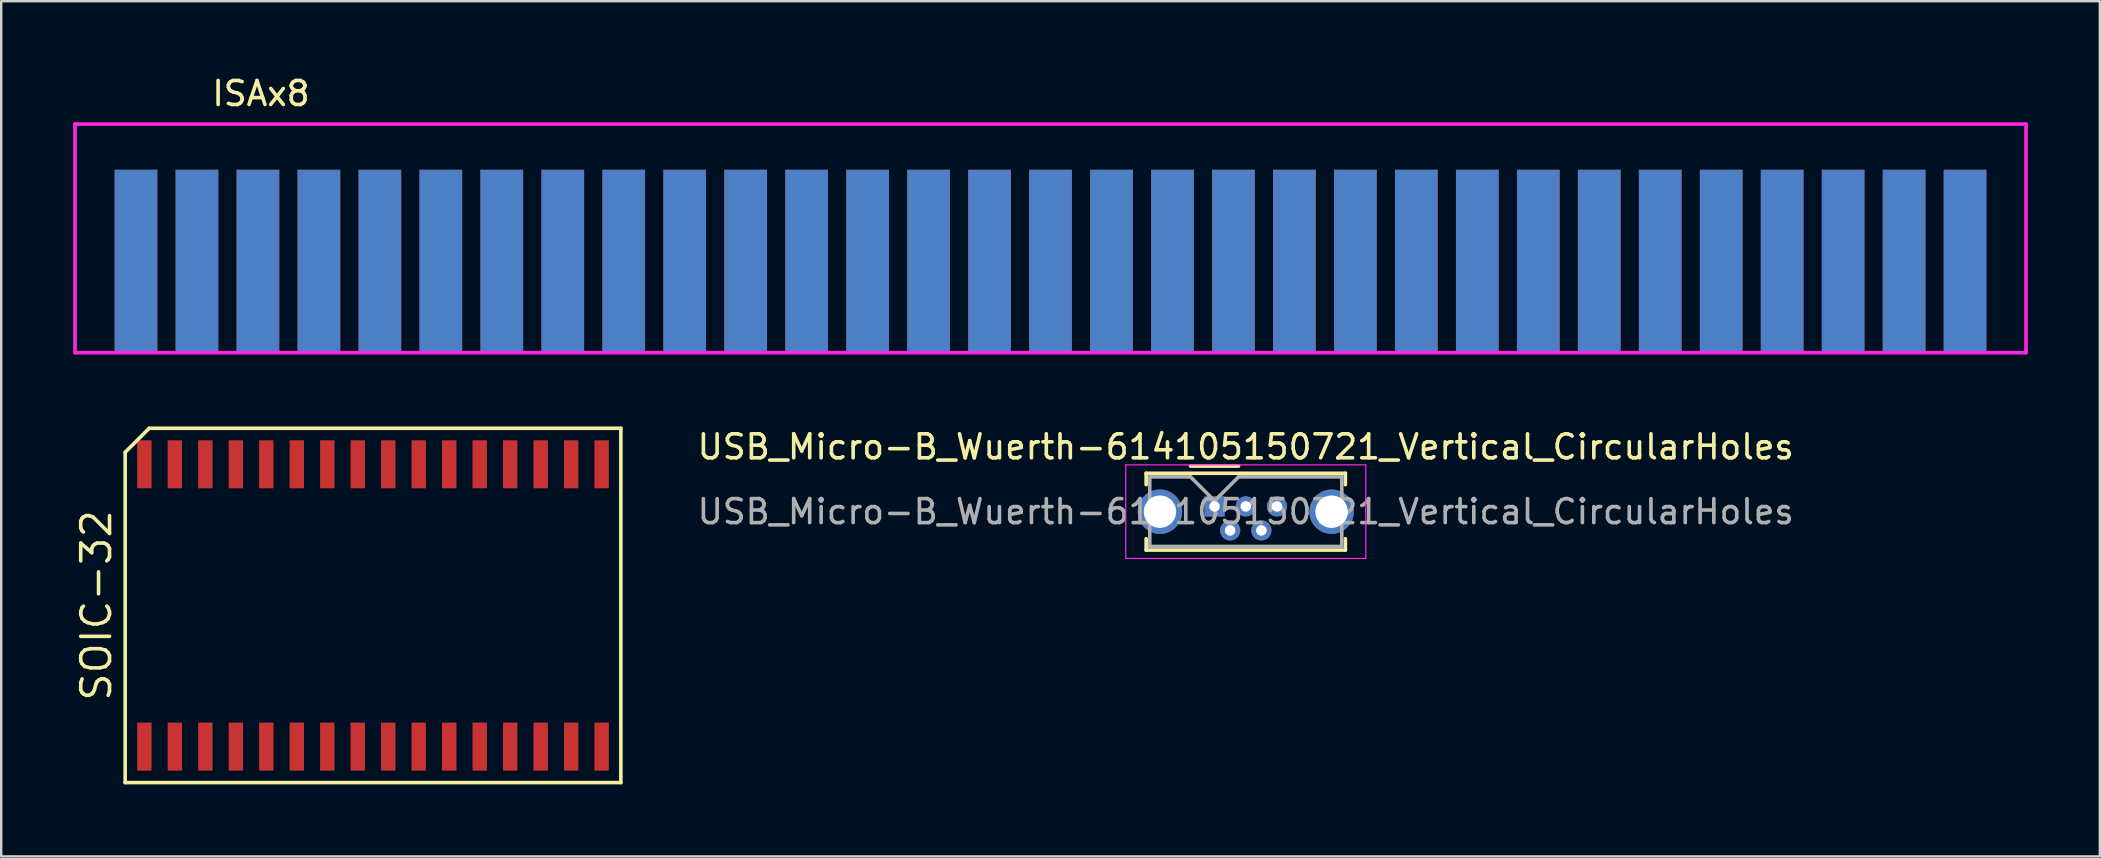
<source format=kicad_pcb>
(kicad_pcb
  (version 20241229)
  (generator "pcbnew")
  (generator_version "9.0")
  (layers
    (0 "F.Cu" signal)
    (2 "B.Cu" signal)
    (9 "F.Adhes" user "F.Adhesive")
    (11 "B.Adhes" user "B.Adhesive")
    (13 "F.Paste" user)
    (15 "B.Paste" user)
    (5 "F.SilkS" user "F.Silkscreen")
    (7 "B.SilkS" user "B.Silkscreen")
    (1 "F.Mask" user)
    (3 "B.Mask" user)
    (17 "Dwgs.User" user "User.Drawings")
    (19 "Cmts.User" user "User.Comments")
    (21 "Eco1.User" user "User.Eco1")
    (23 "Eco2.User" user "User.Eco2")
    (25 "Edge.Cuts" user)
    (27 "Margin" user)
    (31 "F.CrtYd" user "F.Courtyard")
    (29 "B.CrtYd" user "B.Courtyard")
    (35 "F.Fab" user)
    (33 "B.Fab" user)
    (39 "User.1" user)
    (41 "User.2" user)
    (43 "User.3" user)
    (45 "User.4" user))
  (footprint "USB_Micro-B_Wuerth-614105150721_Vertical_CircularHoles"
    (layer "F.Cu")
    (at 47.549 18.047)
    (property "Reference" "USB_Micro-B_Wuerth-614105150721_Vertical_CircularHoles" (at 1.3 -2.48 0) (layer "F.SilkS") (effects (font (size 1 1) (thickness 0.15))))
    (attr through_hole)
    (fp_line (start -2.85 -1.38) (end 5.45 -1.38) (stroke (width 0.15) (type solid)) (layer "F.SilkS"))
    (fp_line (start -2.85 -0.905) (end -2.85 -1.38) (stroke (width 0.15) (type solid)) (layer "F.SilkS"))
    (fp_line (start -2.85 1.345) (end -2.85 1.82) (stroke (width 0.15) (type solid)) (layer "F.SilkS"))
    (fp_line (start -2.85 1.82) (end 5.45 1.82) (stroke (width 0.15) (type solid)) (layer "F.SilkS"))
    (fp_line (start -1 -1.68) (end 1 -1.68) (stroke (width 0.15) (type solid)) (layer "F.SilkS"))
    (fp_line (start 5.45 -1.38) (end 5.45 -0.905) (stroke (width 0.15) (type solid)) (layer "F.SilkS"))
    (fp_line (start 5.45 1.82) (end 5.45 1.345) (stroke (width 0.15) (type solid)) (layer "F.SilkS"))
    (fp_line (start -3.7 -1.73) (end -3.7 2.17) (stroke (width 0.05) (type solid)) (layer "F.CrtYd"))
    (fp_line (start -3.7 2.17) (end 6.3 2.17) (stroke (width 0.05) (type solid)) (layer "F.CrtYd"))
    (fp_line (start 6.3 -1.73) (end -3.7 -1.73) (stroke (width 0.05) (type solid)) (layer "F.CrtYd"))
    (fp_line (start 6.3 2.17) (end 6.3 -1.73) (stroke (width 0.05) (type solid)) (layer "F.CrtYd"))
    (fp_line (start -2.7 -1.23) (end -1 -1.23) (stroke (width 0.15) (type solid)) (layer "F.Fab"))
    (fp_line (start -2.7 1.67) (end -2.7 -1.23) (stroke (width 0.15) (type solid)) (layer "F.Fab"))
    (fp_line (start -1 -1.23) (end 0 -0.23) (stroke (width 0.15) (type solid)) (layer "F.Fab"))
    (fp_line (start 0 -0.23) (end 1 -1.23) (stroke (width 0.15) (type solid)) (layer "F.Fab"))
    (fp_line (start 1 -1.23) (end 5.3 -1.23) (stroke (width 0.15) (type solid)) (layer "F.Fab"))
    (fp_line (start 5.3 -1.23) (end 5.3 1.67) (stroke (width 0.15) (type solid)) (layer "F.Fab"))
    (fp_line (start 5.3 1.67) (end -2.7 1.67) (stroke (width 0.15) (type solid)) (layer "F.Fab"))
    (fp_text user "${REFERENCE}" (at 1.3 0.22 0) (layer "F.Fab") (effects (font (size 1 1) (thickness 0.15))))
    (pad "1" thru_hole rect (at 0 0) (size 0.84 0.84) (drill 0.44) (layers "*.Cu" "*.Mask"))
    (pad "2" thru_hole circle (at 0.65 1) (size 0.84 0.84) (drill 0.44) (layers "*.Cu" "*.Mask"))
    (pad "3" thru_hole circle (at 1.3 0) (size 0.84 0.84) (drill 0.44) (layers "*.Cu" "*.Mask"))
    (pad "4" thru_hole circle (at 1.95 1) (size 0.84 0.84) (drill 0.44) (layers "*.Cu" "*.Mask"))
    (pad "5" thru_hole circle (at 2.6 0) (size 0.84 0.84) (drill 0.44) (layers "*.Cu" "*.Mask"))
    (pad "6" thru_hole circle (at -2.275 0.22) (size 1.85 1.85) (drill 1.35) (layers "*.Cu" "*.Mask"))
    (pad "6" thru_hole circle (at 4.875 0.22) (size 1.85 1.85) (drill 1.35) (layers "*.Cu" "*.Mask")))
  (footprint "SOIC-32"
    (layer "F.Cu")
    (at 12.49 22.173)
    (property "Reference" "SOIC-32" (at -11.525 0 90) (layer "F.SilkS") (effects (font (size 1.2 1.2) (thickness 0.15))))
    (attr through_hole)
    (fp_line (start -10.325 -6.38) (end -10.325 7.38) (stroke (width 0.15) (type solid)) (layer "F.SilkS"))
    (fp_line (start -10.325 7.38) (end 10.325 7.38) (stroke (width 0.15) (type solid)) (layer "F.SilkS"))
    (fp_line (start -9.325 -7.38) (end -10.325 -6.38) (stroke (width 0.15) (type solid)) (layer "F.SilkS"))
    (fp_line (start 10.325 -7.38) (end -9.325 -7.38) (stroke (width 0.15) (type solid)) (layer "F.SilkS"))
    (fp_line (start 10.325 7.38) (end 10.325 -7.38) (stroke (width 0.15) (type solid)) (layer "F.SilkS"))
    (pad "1" smd rect (at -9.525 5.88) (size 0.6 2) (layers "F.Cu" "F.Mask" "F.Paste"))
    (pad "2" smd rect (at -8.255 5.88) (size 0.6 2) (layers "F.Cu" "F.Mask" "F.Paste"))
    (pad "3" smd rect (at -6.985 5.88) (size 0.6 2) (layers "F.Cu" "F.Mask" "F.Paste"))
    (pad "4" smd rect (at -5.715 5.88) (size 0.6 2) (layers "F.Cu" "F.Mask" "F.Paste"))
    (pad "5" smd rect (at -4.445 5.88) (size 0.6 2) (layers "F.Cu" "F.Mask" "F.Paste"))
    (pad "6" smd rect (at -3.175 5.88) (size 0.6 2) (layers "F.Cu" "F.Mask" "F.Paste"))
    (pad "7" smd rect (at -1.905 5.88) (size 0.6 2) (layers "F.Cu" "F.Mask" "F.Paste"))
    (pad "8" smd rect (at -0.635 5.88) (size 0.6 2) (layers "F.Cu" "F.Mask" "F.Paste"))
    (pad "9" smd rect (at 0.635 5.88) (size 0.6 2) (layers "F.Cu" "F.Mask" "F.Paste"))
    (pad "10" smd rect (at 1.905 5.88) (size 0.6 2) (layers "F.Cu" "F.Mask" "F.Paste"))
    (pad "11" smd rect (at 3.175 5.88) (size 0.6 2) (layers "F.Cu" "F.Mask" "F.Paste"))
    (pad "12" smd rect (at 4.445 5.88) (size 0.6 2) (layers "F.Cu" "F.Mask" "F.Paste"))
    (pad "13" smd rect (at 5.715 5.88) (size 0.6 2) (layers "F.Cu" "F.Mask" "F.Paste"))
    (pad "14" smd rect (at 6.985 5.88) (size 0.6 2) (layers "F.Cu" "F.Mask" "F.Paste"))
    (pad "15" smd rect (at 8.255 5.88) (size 0.6 2) (layers "F.Cu" "F.Mask" "F.Paste"))
    (pad "16" smd rect (at 9.525 5.88) (size 0.6 2) (layers "F.Cu" "F.Mask" "F.Paste"))
    (pad "17" smd rect (at 9.525 -5.88) (size 0.6 2) (layers "F.Cu" "F.Mask" "F.Paste"))
    (pad "18" smd rect (at 8.255 -5.88) (size 0.6 2) (layers "F.Cu" "F.Mask" "F.Paste"))
    (pad "19" smd rect (at 6.985 -5.88) (size 0.6 2) (layers "F.Cu" "F.Mask" "F.Paste"))
    (pad "20" smd rect (at 5.715 -5.88) (size 0.6 2) (layers "F.Cu" "F.Mask" "F.Paste"))
    (pad "21" smd rect (at 4.445 -5.88) (size 0.6 2) (layers "F.Cu" "F.Mask" "F.Paste"))
    (pad "22" smd rect (at 3.175 -5.88) (size 0.6 2) (layers "F.Cu" "F.Mask" "F.Paste"))
    (pad "23" smd rect (at 1.905 -5.88) (size 0.6 2) (layers "F.Cu" "F.Mask" "F.Paste"))
    (pad "24" smd rect (at 0.635 -5.88) (size 0.6 2) (layers "F.Cu" "F.Mask" "F.Paste"))
    (pad "25" smd rect (at -0.635 -5.88) (size 0.6 2) (layers "F.Cu" "F.Mask" "F.Paste"))
    (pad "26" smd rect (at -1.905 -5.88) (size 0.6 2) (layers "F.Cu" "F.Mask" "F.Paste"))
    (pad "27" smd rect (at -3.175 -5.88) (size 0.6 2) (layers "F.Cu" "F.Mask" "F.Paste"))
    (pad "28" smd rect (at -4.445 -5.88) (size 0.6 2) (layers "F.Cu" "F.Mask" "F.Paste"))
    (pad "29" smd rect (at -5.715 -5.88) (size 0.6 2) (layers "F.Cu" "F.Mask" "F.Paste"))
    (pad "30" smd rect (at -6.985 -5.88) (size 0.6 2) (layers "F.Cu" "F.Mask" "F.Paste"))
    (pad "31" smd rect (at -8.255 -5.88) (size 0.6 2) (layers "F.Cu" "F.Mask" "F.Paste"))
    (pad "32" smd rect (at -9.525 -5.88) (size 0.6 2) (layers "F.Cu" "F.Mask" "F.Paste")))
  (footprint "ISAx8"
    (layer "F.Cu")
    (at 15.315 6.563)
    (property "Reference" "ISAx8" (at -7.493 -5.715 0) (layer "F.SilkS") (effects (font (size 1 1) (thickness 0.15))))
    (attr through_hole)
    (fp_line (start -15.24 -4.445) (end -15.24 5.08) (stroke (width 0.15) (type solid)) (layer "F.CrtYd"))
    (fp_line (start -15.24 5.08) (end 66.04 5.08) (stroke (width 0.15) (type solid)) (layer "F.CrtYd"))
    (fp_line (start 66.04 -4.445) (end -15.24 -4.445) (stroke (width 0.15) (type solid)) (layer "F.CrtYd"))
    (fp_line (start 66.04 5.08) (end 66.04 -4.445) (stroke (width 0.15) (type solid)) (layer "F.CrtYd"))
    (pad "A1" smd rect (at 63.5 1.27) (size 1.778 7.62) (layers "F.Cu" "F.Mask" "F.Paste"))
    (pad "A2" smd rect (at 60.96 1.27) (size 1.778 7.62) (layers "F.Cu" "F.Mask" "F.Paste"))
    (pad "A3" smd rect (at 58.42 1.27) (size 1.778 7.62) (layers "F.Cu" "F.Mask" "F.Paste"))
    (pad "A4" smd rect (at 55.88 1.27) (size 1.778 7.62) (layers "F.Cu" "F.Mask" "F.Paste"))
    (pad "A5" smd rect (at 53.34 1.27) (size 1.778 7.62) (layers "F.Cu" "F.Mask" "F.Paste"))
    (pad "A6" smd rect (at 50.8 1.27) (size 1.778 7.62) (layers "F.Cu" "F.Mask" "F.Paste"))
    (pad "A7" smd rect (at 48.26 1.27) (size 1.778 7.62) (layers "F.Cu" "F.Mask" "F.Paste"))
    (pad "A8" smd rect (at 45.72 1.27) (size 1.778 7.62) (layers "F.Cu" "F.Mask" "F.Paste"))
    (pad "A9" smd rect (at 43.18 1.27) (size 1.778 7.62) (layers "F.Cu" "F.Mask" "F.Paste"))
    (pad "A10" smd rect (at 40.64 1.27) (size 1.778 7.62) (layers "F.Cu" "F.Mask" "F.Paste"))
    (pad "A11" smd rect (at 38.1 1.27) (size 1.778 7.62) (layers "F.Cu" "F.Mask" "F.Paste"))
    (pad "A12" smd rect (at 35.56 1.27) (size 1.778 7.62) (layers "F.Cu" "F.Mask" "F.Paste"))
    (pad "A13" smd rect (at 33.02 1.27) (size 1.778 7.62) (layers "F.Cu" "F.Mask" "F.Paste"))
    (pad "A14" smd rect (at 30.48 1.27) (size 1.778 7.62) (layers "F.Cu" "F.Mask" "F.Paste"))
    (pad "A15" smd rect (at 27.94 1.27) (size 1.778 7.62) (layers "F.Cu" "F.Mask" "F.Paste"))
    (pad "A16" smd rect (at 25.4 1.27) (size 1.778 7.62) (layers "F.Cu" "F.Mask" "F.Paste"))
    (pad "A17" smd rect (at 22.86 1.27) (size 1.778 7.62) (layers "F.Cu" "F.Mask" "F.Paste"))
    (pad "A18" smd rect (at 20.32 1.27) (size 1.778 7.62) (layers "F.Cu" "F.Mask" "F.Paste"))
    (pad "A19" smd rect (at 17.78 1.27) (size 1.778 7.62) (layers "F.Cu" "F.Mask" "F.Paste"))
    (pad "A20" smd rect (at 15.24 1.27) (size 1.778 7.62) (layers "F.Cu" "F.Mask" "F.Paste"))
    (pad "A21" smd rect (at 12.7 1.27) (size 1.778 7.62) (layers "F.Cu" "F.Mask" "F.Paste"))
    (pad "A22" smd rect (at 10.16 1.27) (size 1.778 7.62) (layers "F.Cu" "F.Mask" "F.Paste"))
    (pad "A23" smd rect (at 7.62 1.27) (size 1.778 7.62) (layers "F.Cu" "F.Mask" "F.Paste"))
    (pad "A24" smd rect (at 5.08 1.27) (size 1.778 7.62) (layers "F.Cu" "F.Mask" "F.Paste"))
    (pad "A25" smd rect (at 2.54 1.27) (size 1.778 7.62) (layers "F.Cu" "F.Mask" "F.Paste"))
    (pad "A26" smd rect (at 0 1.27) (size 1.778 7.62) (layers "F.Cu" "F.Mask" "F.Paste"))
    (pad "A27" smd rect (at -2.54 1.27) (size 1.778 7.62) (layers "F.Cu" "F.Mask" "F.Paste"))
    (pad "A28" smd rect (at -5.08 1.27) (size 1.778 7.62) (layers "F.Cu" "F.Mask" "F.Paste"))
    (pad "A29" smd rect (at -7.62 1.27) (size 1.778 7.62) (layers "F.Cu" "F.Mask" "F.Paste"))
    (pad "A30" smd rect (at -10.16 1.27) (size 1.778 7.62) (layers "F.Cu" "F.Mask" "F.Paste"))
    (pad "A31" smd rect (at -12.7 1.27) (size 1.778 7.62) (layers "F.Cu" "F.Mask" "F.Paste"))
    (pad "B1" smd rect (at 63.5 1.27) (size 1.778 7.62) (layers "B.Cu" "B.Mask" "B.Paste"))
    (pad "B2" smd rect (at 60.96 1.27) (size 1.778 7.62) (layers "B.Cu" "B.Mask" "B.Paste"))
    (pad "B3" smd rect (at 58.42 1.27) (size 1.778 7.62) (layers "B.Cu" "B.Mask" "B.Paste"))
    (pad "B4" smd rect (at 55.88 1.27) (size 1.778 7.62) (layers "B.Cu" "B.Mask" "B.Paste"))
    (pad "B5" smd rect (at 53.34 1.27) (size 1.778 7.62) (layers "B.Cu" "B.Mask" "B.Paste"))
    (pad "B6" smd rect (at 50.8 1.27) (size 1.778 7.62) (layers "B.Cu" "B.Mask" "B.Paste"))
    (pad "B7" smd rect (at 48.26 1.27) (size 1.778 7.62) (layers "B.Cu" "B.Mask" "B.Paste"))
    (pad "B8" smd rect (at 45.72 1.27) (size 1.778 7.62) (layers "B.Cu" "B.Mask" "B.Paste"))
    (pad "B9" smd rect (at 43.18 1.27) (size 1.778 7.62) (layers "B.Cu" "B.Mask" "B.Paste"))
    (pad "B10" smd rect (at 40.64 1.27) (size 1.778 7.62) (layers "B.Cu" "B.Mask" "B.Paste"))
    (pad "B11" smd rect (at 38.1 1.27) (size 1.778 7.62) (layers "B.Cu" "B.Mask" "B.Paste"))
    (pad "B12" smd rect (at 35.56 1.27) (size 1.778 7.62) (layers "B.Cu" "B.Mask" "B.Paste"))
    (pad "B13" smd rect (at 33.02 1.27) (size 1.778 7.62) (layers "B.Cu" "B.Mask" "B.Paste"))
    (pad "B14" smd rect (at 30.48 1.27) (size 1.778 7.62) (layers "B.Cu" "B.Mask" "B.Paste"))
    (pad "B15" smd rect (at 27.94 1.27) (size 1.778 7.62) (layers "B.Cu" "B.Mask" "B.Paste"))
    (pad "B16" smd rect (at 25.4 1.27) (size 1.778 7.62) (layers "B.Cu" "B.Mask" "B.Paste"))
    (pad "B17" smd rect (at 22.86 1.27) (size 1.778 7.62) (layers "B.Cu" "B.Mask" "B.Paste"))
    (pad "B18" smd rect (at 20.32 1.27) (size 1.778 7.62) (layers "B.Cu" "B.Mask" "B.Paste"))
    (pad "B19" smd rect (at 17.78 1.27) (size 1.778 7.62) (layers "B.Cu" "B.Mask" "B.Paste"))
    (pad "B20" smd rect (at 15.24 1.27) (size 1.778 7.62) (layers "B.Cu" "B.Mask" "B.Paste"))
    (pad "B21" smd rect (at 12.7 1.27) (size 1.778 7.62) (layers "B.Cu" "B.Mask" "B.Paste"))
    (pad "B22" smd rect (at 10.16 1.27) (size 1.778 7.62) (layers "B.Cu" "B.Mask" "B.Paste"))
    (pad "B23" smd rect (at 7.62 1.27) (size 1.778 7.62) (layers "B.Cu" "B.Mask" "B.Paste"))
    (pad "B24" smd rect (at 5.08 1.27) (size 1.778 7.62) (layers "B.Cu" "B.Mask" "B.Paste"))
    (pad "B25" smd rect (at 2.54 1.27) (size 1.778 7.62) (layers "B.Cu" "B.Mask" "B.Paste"))
    (pad "B26" smd rect (at 0 1.27) (size 1.778 7.62) (layers "B.Cu" "B.Mask" "B.Paste"))
    (pad "B27" smd rect (at -2.54 1.27) (size 1.778 7.62) (layers "B.Cu" "B.Mask" "B.Paste"))
    (pad "B28" smd rect (at -5.08 1.27) (size 1.778 7.62) (layers "B.Cu" "B.Mask" "B.Paste"))
    (pad "B29" smd rect (at -7.62 1.27) (size 1.778 7.62) (layers "B.Cu" "B.Mask" "B.Paste"))
    (pad "B30" smd rect (at -10.16 1.27) (size 1.778 7.62) (layers "B.Cu" "B.Mask" "B.Paste"))
    (pad "B31" smd rect (at -12.7 1.27) (size 1.778 7.62) (layers "B.Cu" "B.Mask" "B.Paste")))
  (gr_rect
    (start -3 -3)
    (end 84.43 32.628)
    (stroke (width 0.1) (type default))
    (fill no)
    (layer "Edge.Cuts")))
</source>
